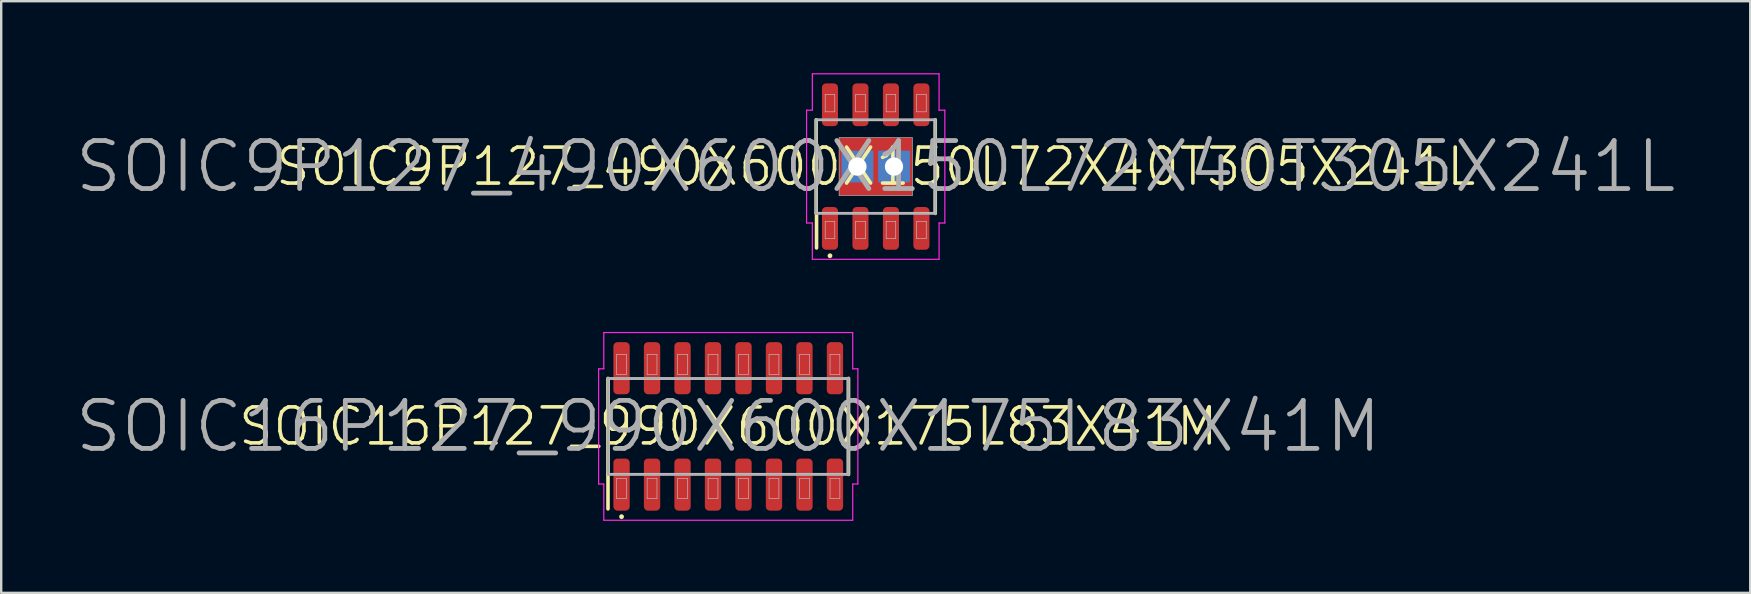
<source format=kicad_pcb>
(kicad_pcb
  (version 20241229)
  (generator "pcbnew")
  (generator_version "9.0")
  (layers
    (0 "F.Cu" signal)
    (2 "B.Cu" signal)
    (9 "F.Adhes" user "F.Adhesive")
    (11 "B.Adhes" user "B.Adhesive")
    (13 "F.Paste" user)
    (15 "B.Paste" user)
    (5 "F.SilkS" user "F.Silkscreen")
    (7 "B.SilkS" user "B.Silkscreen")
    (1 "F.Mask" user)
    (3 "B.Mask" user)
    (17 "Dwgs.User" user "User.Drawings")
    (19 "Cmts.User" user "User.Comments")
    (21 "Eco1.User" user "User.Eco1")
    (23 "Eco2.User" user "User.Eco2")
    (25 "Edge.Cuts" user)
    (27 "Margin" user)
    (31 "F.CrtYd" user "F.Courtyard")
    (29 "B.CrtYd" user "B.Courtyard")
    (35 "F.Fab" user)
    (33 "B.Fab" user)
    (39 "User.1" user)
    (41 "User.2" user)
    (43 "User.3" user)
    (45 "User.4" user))
  (footprint "SOIC16P127_990X600X175L83X41M"
    (layer "F.Cu")
    (at 27.29 14.715)
    (property "Reference" "SOIC16P127_990X600X175L83X41M" (at 0 0 0) (layer "F.SilkS") (effects (font (size 1.5 1.5) (thickness 0.15))))
    (attr smd)
    (fp_line (start -5.01 2) (end -5.01 -2) (stroke (width 0.15) (type solid)) (layer "F.SilkS"))
    (fp_line (start -5.01 2) (end -5.01 3.435) (stroke (width 0.15) (type solid)) (layer "F.SilkS"))
    (fp_line (start 5.01 2) (end 5.01 -2) (stroke (width 0.15) (type solid)) (layer "F.SilkS"))
    (fp_circle (center -4.445 3.76) (end -4.445 3.81) (stroke (width 0.1) (type solid)) (fill no) (layer "F.SilkS"))
    (fp_line (start -4.95 -1.95) (end 4.95 -1.95) (stroke (width 0.025) (type solid)) (layer "Dwgs.User"))
    (fp_line (start -4.95 1.95) (end -4.95 -1.95) (stroke (width 0.025) (type solid)) (layer "Dwgs.User"))
    (fp_line (start -4.65 -3) (end -4.24 -3) (stroke (width 0.025) (type solid)) (layer "Dwgs.User"))
    (fp_line (start -4.65 -2.165) (end -4.65 -3) (stroke (width 0.025) (type solid)) (layer "Dwgs.User"))
    (fp_line (start -4.65 2.165) (end -4.24 2.165) (stroke (width 0.025) (type solid)) (layer "Dwgs.User"))
    (fp_line (start -4.65 3) (end -4.65 2.165) (stroke (width 0.025) (type solid)) (layer "Dwgs.User"))
    (fp_line (start -4.24 -3) (end -4.24 -2.165) (stroke (width 0.025) (type solid)) (layer "Dwgs.User"))
    (fp_line (start -4.24 -2.165) (end -4.65 -2.165) (stroke (width 0.025) (type solid)) (layer "Dwgs.User"))
    (fp_line (start -4.24 2.165) (end -4.24 3) (stroke (width 0.025) (type solid)) (layer "Dwgs.User"))
    (fp_line (start -4.24 3) (end -4.65 3) (stroke (width 0.025) (type solid)) (layer "Dwgs.User"))
    (fp_line (start -3.38 -3) (end -2.97 -3) (stroke (width 0.025) (type solid)) (layer "Dwgs.User"))
    (fp_line (start -3.38 -2.165) (end -3.38 -3) (stroke (width 0.025) (type solid)) (layer "Dwgs.User"))
    (fp_line (start -3.38 2.165) (end -2.97 2.165) (stroke (width 0.025) (type solid)) (layer "Dwgs.User"))
    (fp_line (start -3.38 3) (end -3.38 2.165) (stroke (width 0.025) (type solid)) (layer "Dwgs.User"))
    (fp_line (start -2.97 -3) (end -2.97 -2.165) (stroke (width 0.025) (type solid)) (layer "Dwgs.User"))
    (fp_line (start -2.97 -2.165) (end -3.38 -2.165) (stroke (width 0.025) (type solid)) (layer "Dwgs.User"))
    (fp_line (start -2.97 2.165) (end -2.97 3) (stroke (width 0.025) (type solid)) (layer "Dwgs.User"))
    (fp_line (start -2.97 3) (end -3.38 3) (stroke (width 0.025) (type solid)) (layer "Dwgs.User"))
    (fp_line (start -2.11 -3) (end -1.7 -3) (stroke (width 0.025) (type solid)) (layer "Dwgs.User"))
    (fp_line (start -2.11 -2.165) (end -2.11 -3) (stroke (width 0.025) (type solid)) (layer "Dwgs.User"))
    (fp_line (start -2.11 2.165) (end -1.7 2.165) (stroke (width 0.025) (type solid)) (layer "Dwgs.User"))
    (fp_line (start -2.11 3) (end -2.11 2.165) (stroke (width 0.025) (type solid)) (layer "Dwgs.User"))
    (fp_line (start -1.7 -3) (end -1.7 -2.165) (stroke (width 0.025) (type solid)) (layer "Dwgs.User"))
    (fp_line (start -1.7 -2.165) (end -2.11 -2.165) (stroke (width 0.025) (type solid)) (layer "Dwgs.User"))
    (fp_line (start -1.7 2.165) (end -1.7 3) (stroke (width 0.025) (type solid)) (layer "Dwgs.User"))
    (fp_line (start -1.7 3) (end -2.11 3) (stroke (width 0.025) (type solid)) (layer "Dwgs.User"))
    (fp_line (start -0.84 -3) (end -0.43 -3) (stroke (width 0.025) (type solid)) (layer "Dwgs.User"))
    (fp_line (start -0.84 -2.165) (end -0.84 -3) (stroke (width 0.025) (type solid)) (layer "Dwgs.User"))
    (fp_line (start -0.84 2.165) (end -0.43 2.165) (stroke (width 0.025) (type solid)) (layer "Dwgs.User"))
    (fp_line (start -0.84 3) (end -0.84 2.165) (stroke (width 0.025) (type solid)) (layer "Dwgs.User"))
    (fp_line (start -0.43 -3) (end -0.43 -2.165) (stroke (width 0.025) (type solid)) (layer "Dwgs.User"))
    (fp_line (start -0.43 -2.165) (end -0.84 -2.165) (stroke (width 0.025) (type solid)) (layer "Dwgs.User"))
    (fp_line (start -0.43 2.165) (end -0.43 3) (stroke (width 0.025) (type solid)) (layer "Dwgs.User"))
    (fp_line (start -0.43 3) (end -0.84 3) (stroke (width 0.025) (type solid)) (layer "Dwgs.User"))
    (fp_line (start 0.43 -3) (end 0.84 -3) (stroke (width 0.025) (type solid)) (layer "Dwgs.User"))
    (fp_line (start 0.43 -2.165) (end 0.43 -3) (stroke (width 0.025) (type solid)) (layer "Dwgs.User"))
    (fp_line (start 0.43 2.165) (end 0.84 2.165) (stroke (width 0.025) (type solid)) (layer "Dwgs.User"))
    (fp_line (start 0.43 3) (end 0.43 2.165) (stroke (width 0.025) (type solid)) (layer "Dwgs.User"))
    (fp_line (start 0.84 -3) (end 0.84 -2.165) (stroke (width 0.025) (type solid)) (layer "Dwgs.User"))
    (fp_line (start 0.84 -2.165) (end 0.43 -2.165) (stroke (width 0.025) (type solid)) (layer "Dwgs.User"))
    (fp_line (start 0.84 2.165) (end 0.84 3) (stroke (width 0.025) (type solid)) (layer "Dwgs.User"))
    (fp_line (start 0.84 3) (end 0.43 3) (stroke (width 0.025) (type solid)) (layer "Dwgs.User"))
    (fp_line (start 1.7 -3) (end 2.11 -3) (stroke (width 0.025) (type solid)) (layer "Dwgs.User"))
    (fp_line (start 1.7 -2.165) (end 1.7 -3) (stroke (width 0.025) (type solid)) (layer "Dwgs.User"))
    (fp_line (start 1.7 2.165) (end 2.11 2.165) (stroke (width 0.025) (type solid)) (layer "Dwgs.User"))
    (fp_line (start 1.7 3) (end 1.7 2.165) (stroke (width 0.025) (type solid)) (layer "Dwgs.User"))
    (fp_line (start 2.11 -3) (end 2.11 -2.165) (stroke (width 0.025) (type solid)) (layer "Dwgs.User"))
    (fp_line (start 2.11 -2.165) (end 1.7 -2.165) (stroke (width 0.025) (type solid)) (layer "Dwgs.User"))
    (fp_line (start 2.11 2.165) (end 2.11 3) (stroke (width 0.025) (type solid)) (layer "Dwgs.User"))
    (fp_line (start 2.11 3) (end 1.7 3) (stroke (width 0.025) (type solid)) (layer "Dwgs.User"))
    (fp_line (start 2.97 -3) (end 3.38 -3) (stroke (width 0.025) (type solid)) (layer "Dwgs.User"))
    (fp_line (start 2.97 -2.165) (end 2.97 -3) (stroke (width 0.025) (type solid)) (layer "Dwgs.User"))
    (fp_line (start 2.97 2.165) (end 3.38 2.165) (stroke (width 0.025) (type solid)) (layer "Dwgs.User"))
    (fp_line (start 2.97 3) (end 2.97 2.165) (stroke (width 0.025) (type solid)) (layer "Dwgs.User"))
    (fp_line (start 3.38 -3) (end 3.38 -2.165) (stroke (width 0.025) (type solid)) (layer "Dwgs.User"))
    (fp_line (start 3.38 -2.165) (end 2.97 -2.165) (stroke (width 0.025) (type solid)) (layer "Dwgs.User"))
    (fp_line (start 3.38 2.165) (end 3.38 3) (stroke (width 0.025) (type solid)) (layer "Dwgs.User"))
    (fp_line (start 3.38 3) (end 2.97 3) (stroke (width 0.025) (type solid)) (layer "Dwgs.User"))
    (fp_line (start 4.24 -3) (end 4.65 -3) (stroke (width 0.025) (type solid)) (layer "Dwgs.User"))
    (fp_line (start 4.24 -2.165) (end 4.24 -3) (stroke (width 0.025) (type solid)) (layer "Dwgs.User"))
    (fp_line (start 4.24 2.165) (end 4.65 2.165) (stroke (width 0.025) (type solid)) (layer "Dwgs.User"))
    (fp_line (start 4.24 3) (end 4.24 2.165) (stroke (width 0.025) (type solid)) (layer "Dwgs.User"))
    (fp_line (start 4.65 -3) (end 4.65 -2.165) (stroke (width 0.025) (type solid)) (layer "Dwgs.User"))
    (fp_line (start 4.65 -2.165) (end 4.24 -2.165) (stroke (width 0.025) (type solid)) (layer "Dwgs.User"))
    (fp_line (start 4.65 2.165) (end 4.65 3) (stroke (width 0.025) (type solid)) (layer "Dwgs.User"))
    (fp_line (start 4.65 3) (end 4.24 3) (stroke (width 0.025) (type solid)) (layer "Dwgs.User"))
    (fp_line (start 4.95 -1.95) (end 4.95 1.95) (stroke (width 0.025) (type solid)) (layer "Dwgs.User"))
    (fp_line (start 4.95 1.95) (end -4.95 1.95) (stroke (width 0.025) (type solid)) (layer "Dwgs.User"))
    (fp_line (start -5.4 -2.4) (end -5.4 2.4) (stroke (width 0.05) (type solid)) (layer "F.CrtYd"))
    (fp_line (start -5.4 2.4) (end -5.185 2.4) (stroke (width 0.05) (type solid)) (layer "F.CrtYd"))
    (fp_line (start -5.185 -3.91) (end -5.185 -2.4) (stroke (width 0.05) (type solid)) (layer "F.CrtYd"))
    (fp_line (start -5.185 -2.4) (end -5.4 -2.4) (stroke (width 0.05) (type solid)) (layer "F.CrtYd"))
    (fp_line (start -5.185 2.4) (end -5.185 3.91) (stroke (width 0.05) (type solid)) (layer "F.CrtYd"))
    (fp_line (start -5.185 3.91) (end 5.185 3.91) (stroke (width 0.05) (type solid)) (layer "F.CrtYd"))
    (fp_line (start 5.185 -3.91) (end -5.185 -3.91) (stroke (width 0.05) (type solid)) (layer "F.CrtYd"))
    (fp_line (start 5.185 -2.4) (end 5.185 -3.91) (stroke (width 0.05) (type solid)) (layer "F.CrtYd"))
    (fp_line (start 5.185 2.4) (end 5.4 2.4) (stroke (width 0.05) (type solid)) (layer "F.CrtYd"))
    (fp_line (start 5.185 3.91) (end 5.185 2.4) (stroke (width 0.05) (type solid)) (layer "F.CrtYd"))
    (fp_line (start 5.4 -2.4) (end 5.185 -2.4) (stroke (width 0.05) (type solid)) (layer "F.CrtYd"))
    (fp_line (start 5.4 2.4) (end 5.4 -2.4) (stroke (width 0.05) (type solid)) (layer "F.CrtYd"))
    (fp_line (start -5 -2) (end 5 -2) (stroke (width 0.12) (type solid)) (layer "F.Fab"))
    (fp_line (start -5 2) (end -5 -2) (stroke (width 0.12) (type solid)) (layer "F.Fab"))
    (fp_line (start 5 -2) (end 5 2) (stroke (width 0.12) (type solid)) (layer "F.Fab"))
    (fp_line (start 5 2) (end -5 2) (stroke (width 0.12) (type solid)) (layer "F.Fab"))
    (fp_text user "${REFERENCE}" (at 0 0 0) (layer "F.Fab") (effects (font (size 2 2) (thickness 0.2))))
    (pad "1" smd roundrect (at -4.445 2.425 90) (size 2.17 0.68) (layers "F.Cu" "F.Mask" "F.Paste") (roundrect_rratio 0.25))
    (pad "2" smd roundrect (at -3.175 2.425 90) (size 2.17 0.68) (layers "F.Cu" "F.Mask" "F.Paste") (roundrect_rratio 0.25))
    (pad "3" smd roundrect (at -1.905 2.425 90) (size 2.17 0.68) (layers "F.Cu" "F.Mask" "F.Paste") (roundrect_rratio 0.25))
    (pad "4" smd roundrect (at -0.635 2.425 90) (size 2.17 0.68) (layers "F.Cu" "F.Mask" "F.Paste") (roundrect_rratio 0.25))
    (pad "5" smd roundrect (at 0.635 2.425 90) (size 2.17 0.68) (layers "F.Cu" "F.Mask" "F.Paste") (roundrect_rratio 0.25))
    (pad "6" smd roundrect (at 1.905 2.425 90) (size 2.17 0.68) (layers "F.Cu" "F.Mask" "F.Paste") (roundrect_rratio 0.25))
    (pad "7" smd roundrect (at 3.175 2.425 90) (size 2.17 0.68) (layers "F.Cu" "F.Mask" "F.Paste") (roundrect_rratio 0.25))
    (pad "8" smd roundrect (at 4.445 2.425 90) (size 2.17 0.68) (layers "F.Cu" "F.Mask" "F.Paste") (roundrect_rratio 0.25))
    (pad "9" smd roundrect (at 4.445 -2.425 90) (size 2.17 0.68) (layers "F.Cu" "F.Mask" "F.Paste") (roundrect_rratio 0.25))
    (pad "10" smd roundrect (at 3.175 -2.425 90) (size 2.17 0.68) (layers "F.Cu" "F.Mask" "F.Paste") (roundrect_rratio 0.25))
    (pad "11" smd roundrect (at 1.905 -2.425 90) (size 2.17 0.68) (layers "F.Cu" "F.Mask" "F.Paste") (roundrect_rratio 0.25))
    (pad "12" smd roundrect (at 0.635 -2.425 90) (size 2.17 0.68) (layers "F.Cu" "F.Mask" "F.Paste") (roundrect_rratio 0.25))
    (pad "13" smd roundrect (at -0.635 -2.425 90) (size 2.17 0.68) (layers "F.Cu" "F.Mask" "F.Paste") (roundrect_rratio 0.25))
    (pad "14" smd roundrect (at -1.905 -2.425 90) (size 2.17 0.68) (layers "F.Cu" "F.Mask" "F.Paste") (roundrect_rratio 0.25))
    (pad "15" smd roundrect (at -3.175 -2.425 90) (size 2.17 0.68) (layers "F.Cu" "F.Mask" "F.Paste") (roundrect_rratio 0.25))
    (pad "16" smd roundrect (at -4.445 -2.425 90) (size 2.17 0.68) (layers "F.Cu" "F.Mask" "F.Paste") (roundrect_rratio 0.25)))
  (footprint "SOIC9P127_490X600X150L72X40T305X241L"
    (layer "F.Cu")
    (at 33.433 3.89)
    (property "Reference" "SOIC9P127_490X600X150L72X40T305X241L" (at 0 0 0) (layer "F.SilkS") (effects (font (size 1.5 1.5) (thickness 0.15))))
    (attr smd)
    (fp_line (start -2.48 1.95) (end -2.48 -1.95) (stroke (width 0.15) (type solid)) (layer "F.SilkS"))
    (fp_line (start -2.465 1.95) (end -2.465 3.39) (stroke (width 0.15) (type solid)) (layer "F.SilkS"))
    (fp_line (start 2.48 1.95) (end 2.48 -1.95) (stroke (width 0.15) (type solid)) (layer "F.SilkS"))
    (fp_circle (center -1.905 3.715) (end -1.905 3.765) (stroke (width 0.1) (type solid)) (fill no) (layer "F.SilkS"))
    (fp_line (start -2.45 -1.925) (end 2.45 -1.925) (stroke (width 0.025) (type solid)) (layer "Dwgs.User"))
    (fp_line (start -2.45 1.925) (end -2.45 -1.925) (stroke (width 0.025) (type solid)) (layer "Dwgs.User"))
    (fp_line (start -2.105 -3) (end -1.705 -3) (stroke (width 0.025) (type solid)) (layer "Dwgs.User"))
    (fp_line (start -2.105 -2.28) (end -2.105 -3) (stroke (width 0.025) (type solid)) (layer "Dwgs.User"))
    (fp_line (start -2.105 2.28) (end -1.705 2.28) (stroke (width 0.025) (type solid)) (layer "Dwgs.User"))
    (fp_line (start -2.105 3) (end -2.105 2.28) (stroke (width 0.025) (type solid)) (layer "Dwgs.User"))
    (fp_line (start -1.705 -3) (end -1.705 -2.28) (stroke (width 0.025) (type solid)) (layer "Dwgs.User"))
    (fp_line (start -1.705 -2.28) (end -2.105 -2.28) (stroke (width 0.025) (type solid)) (layer "Dwgs.User"))
    (fp_line (start -1.705 2.28) (end -1.705 3) (stroke (width 0.025) (type solid)) (layer "Dwgs.User"))
    (fp_line (start -1.705 3) (end -2.105 3) (stroke (width 0.025) (type solid)) (layer "Dwgs.User"))
    (fp_line (start -1.525 -1.205) (end 1.525 -1.205) (stroke (width 0.025) (type solid)) (layer "Dwgs.User"))
    (fp_line (start -1.525 1.205) (end -1.525 -1.205) (stroke (width 0.025) (type solid)) (layer "Dwgs.User"))
    (fp_line (start -0.835 -3) (end -0.435 -3) (stroke (width 0.025) (type solid)) (layer "Dwgs.User"))
    (fp_line (start -0.835 -2.28) (end -0.835 -3) (stroke (width 0.025) (type solid)) (layer "Dwgs.User"))
    (fp_line (start -0.835 2.28) (end -0.435 2.28) (stroke (width 0.025) (type solid)) (layer "Dwgs.User"))
    (fp_line (start -0.835 3) (end -0.835 2.28) (stroke (width 0.025) (type solid)) (layer "Dwgs.User"))
    (fp_line (start -0.435 -3) (end -0.435 -2.28) (stroke (width 0.025) (type solid)) (layer "Dwgs.User"))
    (fp_line (start -0.435 -2.28) (end -0.835 -2.28) (stroke (width 0.025) (type solid)) (layer "Dwgs.User"))
    (fp_line (start -0.435 2.28) (end -0.435 3) (stroke (width 0.025) (type solid)) (layer "Dwgs.User"))
    (fp_line (start -0.435 3) (end -0.835 3) (stroke (width 0.025) (type solid)) (layer "Dwgs.User"))
    (fp_line (start 0.435 -3) (end 0.835 -3) (stroke (width 0.025) (type solid)) (layer "Dwgs.User"))
    (fp_line (start 0.435 -2.28) (end 0.435 -3) (stroke (width 0.025) (type solid)) (layer "Dwgs.User"))
    (fp_line (start 0.435 2.28) (end 0.835 2.28) (stroke (width 0.025) (type solid)) (layer "Dwgs.User"))
    (fp_line (start 0.435 3) (end 0.435 2.28) (stroke (width 0.025) (type solid)) (layer "Dwgs.User"))
    (fp_line (start 0.835 -3) (end 0.835 -2.28) (stroke (width 0.025) (type solid)) (layer "Dwgs.User"))
    (fp_line (start 0.835 -2.28) (end 0.435 -2.28) (stroke (width 0.025) (type solid)) (layer "Dwgs.User"))
    (fp_line (start 0.835 2.28) (end 0.835 3) (stroke (width 0.025) (type solid)) (layer "Dwgs.User"))
    (fp_line (start 0.835 3) (end 0.435 3) (stroke (width 0.025) (type solid)) (layer "Dwgs.User"))
    (fp_line (start 1.525 -1.205) (end 1.525 1.205) (stroke (width 0.025) (type solid)) (layer "Dwgs.User"))
    (fp_line (start 1.525 1.205) (end -1.525 1.205) (stroke (width 0.025) (type solid)) (layer "Dwgs.User"))
    (fp_line (start 1.705 -3) (end 2.105 -3) (stroke (width 0.025) (type solid)) (layer "Dwgs.User"))
    (fp_line (start 1.705 -2.28) (end 1.705 -3) (stroke (width 0.025) (type solid)) (layer "Dwgs.User"))
    (fp_line (start 1.705 2.28) (end 2.105 2.28) (stroke (width 0.025) (type solid)) (layer "Dwgs.User"))
    (fp_line (start 1.705 3) (end 1.705 2.28) (stroke (width 0.025) (type solid)) (layer "Dwgs.User"))
    (fp_line (start 2.105 -3) (end 2.105 -2.28) (stroke (width 0.025) (type solid)) (layer "Dwgs.User"))
    (fp_line (start 2.105 -2.28) (end 1.705 -2.28) (stroke (width 0.025) (type solid)) (layer "Dwgs.User"))
    (fp_line (start 2.105 2.28) (end 2.105 3) (stroke (width 0.025) (type solid)) (layer "Dwgs.User"))
    (fp_line (start 2.105 3) (end 1.705 3) (stroke (width 0.025) (type solid)) (layer "Dwgs.User"))
    (fp_line (start 2.45 -1.925) (end 2.45 1.925) (stroke (width 0.025) (type solid)) (layer "Dwgs.User"))
    (fp_line (start 2.45 1.925) (end -2.45 1.925) (stroke (width 0.025) (type solid)) (layer "Dwgs.User"))
    (fp_line (start -2.88 -2.35) (end -2.88 2.35) (stroke (width 0.05) (type solid)) (layer "F.CrtYd"))
    (fp_line (start -2.88 2.35) (end -2.64 2.35) (stroke (width 0.05) (type solid)) (layer "F.CrtYd"))
    (fp_line (start -2.64 -3.865) (end -2.64 -2.35) (stroke (width 0.05) (type solid)) (layer "F.CrtYd"))
    (fp_line (start -2.64 -2.35) (end -2.88 -2.35) (stroke (width 0.05) (type solid)) (layer "F.CrtYd"))
    (fp_line (start -2.64 2.35) (end -2.64 3.865) (stroke (width 0.05) (type solid)) (layer "F.CrtYd"))
    (fp_line (start -2.64 3.865) (end 2.64 3.865) (stroke (width 0.05) (type solid)) (layer "F.CrtYd"))
    (fp_line (start 2.64 -3.865) (end -2.64 -3.865) (stroke (width 0.05) (type solid)) (layer "F.CrtYd"))
    (fp_line (start 2.64 -2.35) (end 2.64 -3.865) (stroke (width 0.05) (type solid)) (layer "F.CrtYd"))
    (fp_line (start 2.64 2.35) (end 2.88 2.35) (stroke (width 0.05) (type solid)) (layer "F.CrtYd"))
    (fp_line (start 2.64 3.865) (end 2.64 2.35) (stroke (width 0.05) (type solid)) (layer "F.CrtYd"))
    (fp_line (start 2.88 -2.35) (end 2.64 -2.35) (stroke (width 0.05) (type solid)) (layer "F.CrtYd"))
    (fp_line (start 2.88 2.35) (end 2.88 -2.35) (stroke (width 0.05) (type solid)) (layer "F.CrtYd"))
    (fp_line (start -2.48 -1.95) (end 2.48 -1.95) (stroke (width 0.12) (type solid)) (layer "F.Fab"))
    (fp_line (start -2.48 1.95) (end -2.48 -1.95) (stroke (width 0.12) (type solid)) (layer "F.Fab"))
    (fp_line (start 2.48 -1.95) (end 2.48 1.95) (stroke (width 0.12) (type solid)) (layer "F.Fab"))
    (fp_line (start 2.48 1.95) (end -2.48 1.95) (stroke (width 0.12) (type solid)) (layer "F.Fab"))
    (fp_text user "${REFERENCE}" (at 0 0 0) (layer "F.Fab") (effects (font (size 2 2) (thickness 0.2))))
    (pad "" smd roundrect (at -0.76 -0.6 90) (size 0.81 1.13) (layers "F.Paste") (roundrect_rratio 0.25))
    (pad "" smd roundrect (at -0.76 0.6 90) (size 0.81 1.13) (layers "F.Paste") (roundrect_rratio 0.25))
    (pad "" smd roundrect (at 0.76 -0.6 90) (size 0.81 1.13) (layers "F.Paste") (roundrect_rratio 0.25))
    (pad "" smd roundrect (at 0.76 0.6 90) (size 0.81 1.13) (layers "F.Paste") (roundrect_rratio 0.25))
    (pad "1" smd roundrect (at -1.905 2.575 90) (size 1.78 0.67) (layers "F.Cu" "F.Mask" "F.Paste") (roundrect_rratio 0.254))
    (pad "2" smd roundrect (at -0.635 2.575 90) (size 1.78 0.67) (layers "F.Cu" "F.Mask" "F.Paste") (roundrect_rratio 0.254))
    (pad "3" smd roundrect (at 0.635 2.575 90) (size 1.78 0.67) (layers "F.Cu" "F.Mask" "F.Paste") (roundrect_rratio 0.254))
    (pad "4" smd roundrect (at 1.905 2.575 90) (size 1.78 0.67) (layers "F.Cu" "F.Mask" "F.Paste") (roundrect_rratio 0.254))
    (pad "5" smd roundrect (at 1.905 -2.575 90) (size 1.78 0.67) (layers "F.Cu" "F.Mask" "F.Paste") (roundrect_rratio 0.254))
    (pad "6" smd roundrect (at 0.635 -2.575 90) (size 1.78 0.67) (layers "F.Cu" "F.Mask" "F.Paste") (roundrect_rratio 0.254))
    (pad "7" smd roundrect (at -0.635 -2.575 90) (size 1.78 0.67) (layers "F.Cu" "F.Mask" "F.Paste") (roundrect_rratio 0.254))
    (pad "8" smd roundrect (at -1.905 -2.575 90) (size 1.78 0.67) (layers "F.Cu" "F.Mask" "F.Paste") (roundrect_rratio 0.254))
    (pad "9" thru_hole rect (at -0.762 0) (size 1.324 1.324) (drill 0.762) (layers "*.Cu" "*.Mask"))
    (pad "9" smd rect (at 0 0 90) (size 2.41 3.05) (layers "F.Cu" "F.Mask"))
    (pad "9" thru_hole rect (at 0.762 0) (size 1.324 1.324) (drill 0.762) (layers "*.Cu" "*.Mask")))
  (gr_rect
    (start -3 -3)
    (end 69.867 21.65)
    (stroke (width 0.1) (type default))
    (fill no)
    (layer "Edge.Cuts")))
</source>
